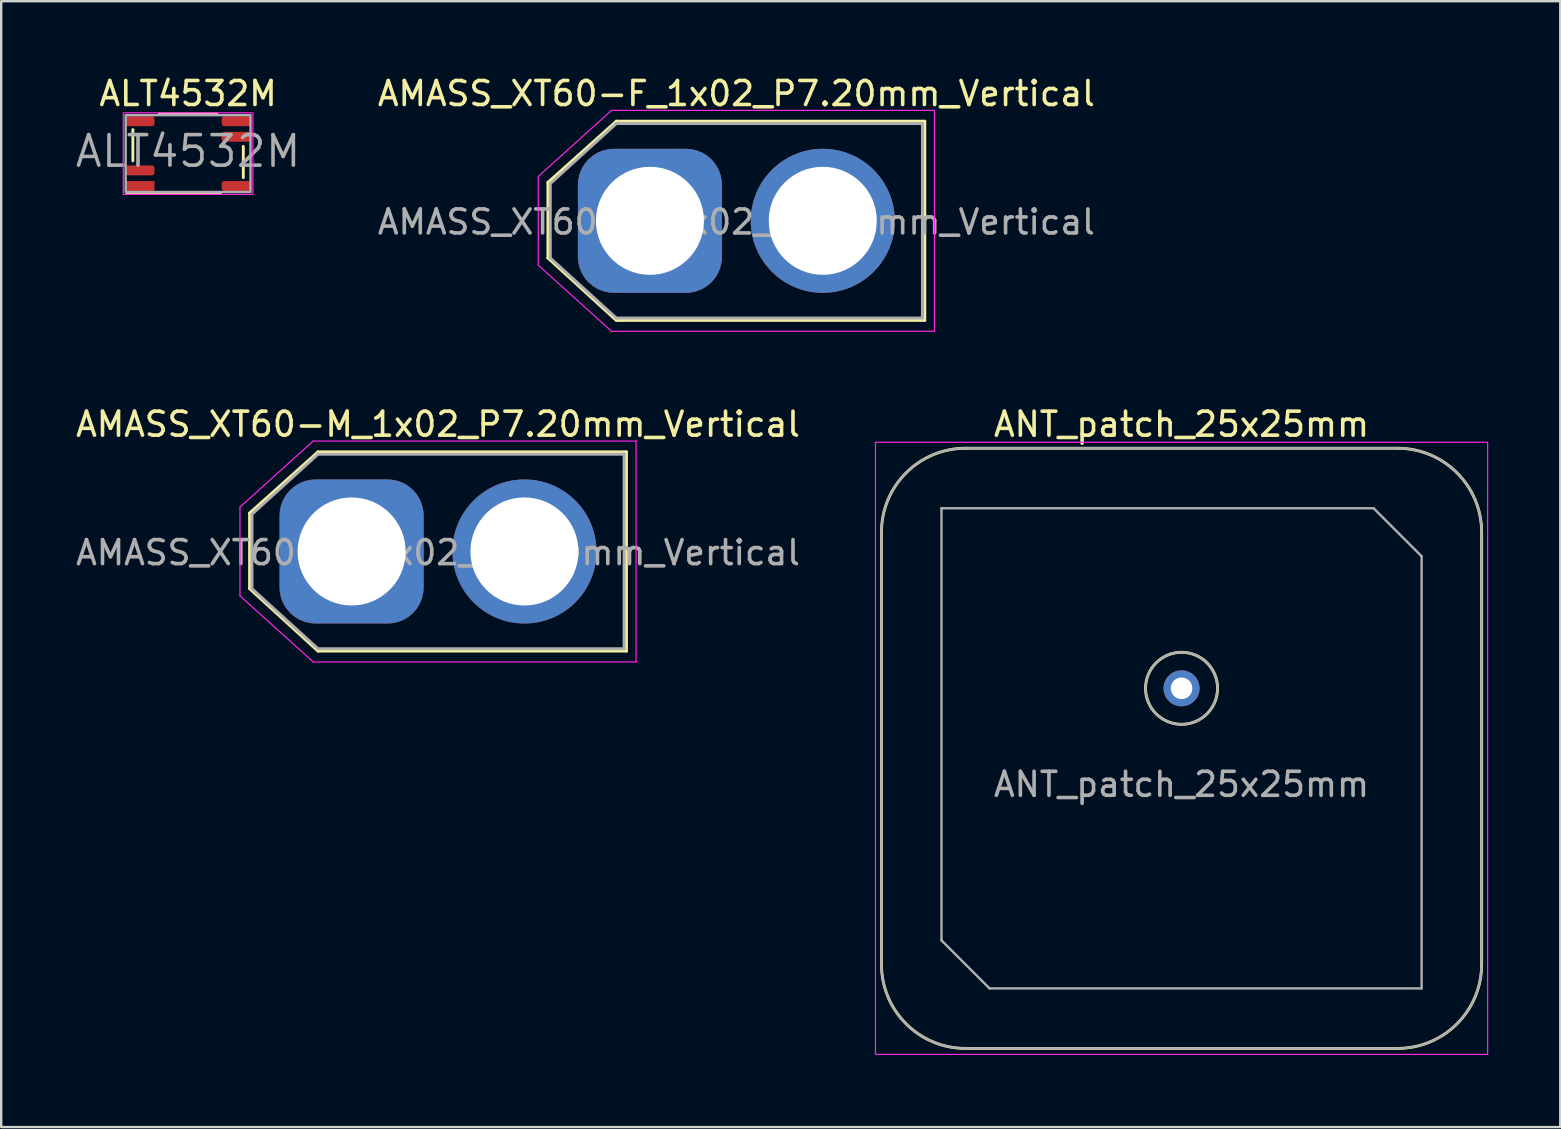
<source format=kicad_pcb>
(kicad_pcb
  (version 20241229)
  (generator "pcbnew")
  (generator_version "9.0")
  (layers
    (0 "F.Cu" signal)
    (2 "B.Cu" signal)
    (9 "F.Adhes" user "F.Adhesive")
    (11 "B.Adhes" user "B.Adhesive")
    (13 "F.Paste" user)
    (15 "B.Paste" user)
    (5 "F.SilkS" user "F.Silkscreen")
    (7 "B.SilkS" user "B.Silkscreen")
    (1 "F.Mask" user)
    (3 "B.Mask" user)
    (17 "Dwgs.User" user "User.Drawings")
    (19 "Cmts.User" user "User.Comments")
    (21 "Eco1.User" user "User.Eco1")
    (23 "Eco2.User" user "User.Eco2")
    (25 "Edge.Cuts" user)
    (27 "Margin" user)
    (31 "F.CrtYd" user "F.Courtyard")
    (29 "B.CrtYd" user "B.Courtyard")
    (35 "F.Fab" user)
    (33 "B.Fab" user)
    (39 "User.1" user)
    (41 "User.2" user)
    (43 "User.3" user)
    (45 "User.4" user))
  (footprint "ALT4532M"
    (layer "F.Cu")
    (at 4.785 3.348)
    (property "Reference" "ALT4532M" (at 0 -2.5 0) (unlocked yes) (layer "F.SilkS") (effects (font (size 1 1) (thickness 0.15))))
    (attr smd)
    (fp_line (start -2.55 1.65) (end 1.35 1.65) (stroke (width 0.12) (type solid)) (layer "F.SilkS"))
    (fp_line (start -2.3 0.3) (end -2.3 -1) (stroke (width 0.12) (type solid)) (layer "F.SilkS"))
    (fp_line (start -1.2 -1.65) (end 1.2 -1.65) (stroke (width 0.12) (type solid)) (layer "F.SilkS"))
    (fp_line (start 2.3 -0.3) (end 2.3 1) (stroke (width 0.12) (type solid)) (layer "F.SilkS"))
    (fp_rect (start -2.7 -1.7) (end 2.7 1.7) (stroke (width 0.05) (type solid)) (fill no) (layer "F.CrtYd"))
    (fp_rect (start -2.6 -1.6) (end 2.6 1.6) (stroke (width 0.1) (type default)) (fill no) (layer "F.Fab"))
    (fp_text user "${REFERENCE}" (at 0 -0.1 0) (unlocked yes) (layer "F.Fab") (effects (font (size 1.27 1.27) (thickness 0.15))))
    (pad "1" smd rect (at -2 1.35) (size 1.2 0.41) (layers "F.Cu" "F.Mask" "F.Paste"))
    (pad "2" smd roundrect (at -2 0.7) (size 1.2 0.41) (layers "F.Cu" "F.Mask" "F.Paste") (roundrect_rratio 0.25))
    (pad "3" smd roundrect (at -2 -1.35) (size 1.2 0.41) (layers "F.Cu" "F.Mask" "F.Paste") (roundrect_rratio 0.25))
    (pad "4" smd roundrect (at 2 -1.35) (size 1.2 0.41) (layers "F.Cu" "F.Mask" "F.Paste") (roundrect_rratio 0.25))
    (pad "5" smd roundrect (at 2 -0.7) (size 1.2 0.41) (layers "F.Cu" "F.Mask" "F.Paste") (roundrect_rratio 0.25))
    (pad "6" smd roundrect (at 2 1.35) (size 1.2 0.41) (layers "F.Cu" "F.Mask" "F.Paste") (roundrect_rratio 0.25)))
  (footprint "ANT_patch_25x25mm"
    (layer "F.Cu")
    (at 46.168 28.122)
    (property "Reference" "ANT_patch_25x25mm" (at 0 -13.5 0) (unlocked yes) (layer "F.SilkS") (effects (font (size 1 1) (thickness 0.15))))
    (attr through_hole)
    (fp_line (start -12.5 -9) (end -12.5 9) (stroke (width 0.12) (type solid)) (layer "F.SilkS"))
    (fp_line (start -9 12.5) (end 9 12.5) (stroke (width 0.12) (type solid)) (layer "F.SilkS"))
    (fp_line (start 9 -12.5) (end -9 -12.5) (stroke (width 0.12) (type solid)) (layer "F.SilkS"))
    (fp_line (start 12.5 9) (end 12.5 -9) (stroke (width 0.12) (type solid)) (layer "F.SilkS"))
    (fp_arc (start -12.5 -9) (mid -11.474874 -11.474874) (end -9 -12.5) (stroke (width 0.12) (type solid)) (layer "F.SilkS"))
    (fp_arc (start -9 12.5) (mid -11.474874 11.474874) (end -12.5 9) (stroke (width 0.12) (type solid)) (layer "F.SilkS"))
    (fp_arc (start 9 -12.5) (mid 11.474874 -11.474874) (end 12.5 -9) (stroke (width 0.12) (type solid)) (layer "F.SilkS"))
    (fp_arc (start 12.5 9) (mid 11.474874 11.474874) (end 9 12.5) (stroke (width 0.12) (type solid)) (layer "F.SilkS"))
    (fp_circle (center 0 -2.5) (end 1.5 -2.5) (stroke (width 0.12) (type solid)) (fill no) (layer "F.SilkS"))
    (fp_rect (start -12.75 -12.75) (end 12.75 12.75) (stroke (width 0.05) (type solid)) (fill no) (layer "F.CrtYd"))
    (fp_line (start -12.5 9) (end -12.5 -9) (stroke (width 0.1) (type solid)) (layer "F.Fab"))
    (fp_line (start -10 -10) (end -10 8) (stroke (width 0.1) (type solid)) (layer "F.Fab"))
    (fp_line (start -10 8) (end -8 10) (stroke (width 0.1) (type solid)) (layer "F.Fab"))
    (fp_line (start -9 -12.5) (end 9 -12.5) (stroke (width 0.1) (type solid)) (layer "F.Fab"))
    (fp_line (start -8 10) (end 10 10) (stroke (width 0.1) (type solid)) (layer "F.Fab"))
    (fp_line (start 8 -10) (end -10 -10) (stroke (width 0.1) (type solid)) (layer "F.Fab"))
    (fp_line (start 8 -10) (end 10 -8) (stroke (width 0.1) (type solid)) (layer "F.Fab"))
    (fp_line (start 9 12.5) (end -9 12.5) (stroke (width 0.1) (type solid)) (layer "F.Fab"))
    (fp_line (start 10 10) (end 10 -8) (stroke (width 0.1) (type solid)) (layer "F.Fab"))
    (fp_line (start 12.5 -9) (end 12.5 9) (stroke (width 0.1) (type solid)) (layer "F.Fab"))
    (fp_arc (start -12.500001 -9) (mid -11.474875 -11.474875) (end -9.000001 -12.5) (stroke (width 0.1) (type solid)) (layer "F.Fab"))
    (fp_arc (start -9 12.5) (mid -11.474874 11.474874) (end -12.5 9) (stroke (width 0.1) (type solid)) (layer "F.Fab"))
    (fp_arc (start 8.999999 -12.5) (mid 11.474873 -11.474874) (end 12.499999 -9) (stroke (width 0.1) (type solid)) (layer "F.Fab"))
    (fp_arc (start 12.5 9) (mid 11.474874 11.474874) (end 9 12.5) (stroke (width 0.1) (type solid)) (layer "F.Fab"))
    (fp_circle (center 0 -2.5) (end 1.5 -2.5) (stroke (width 0.1) (type solid)) (fill no) (layer "F.Fab"))
    (fp_text user "${REFERENCE}" (at 0 1.5 0) (unlocked yes) (layer "F.Fab") (effects (font (size 1 1) (thickness 0.15))))
    (pad "1" thru_hole circle (at 0 -2.5) (size 1.5 1.5) (drill 0.9) (layers "*.Cu" "*.Mask")))
  (footprint "AMASS_XT60-F_1x02_P7.20mm_Vertical"
    (layer "F.Cu")
    (at 24.023 6.148)
    (property "Reference" "AMASS_XT60-F_1x02_P7.20mm_Vertical" (at 3.6 -5.3 180) (layer "F.SilkS") (effects (font (size 1 1) (thickness 0.15))))
    (attr through_hole)
    (fp_line (start -4.25 -1.6) (end -4.25 1.55) (stroke (width 0.12) (type solid)) (layer "F.SilkS"))
    (fp_line (start -4.25 1.55) (end -1.4 4.15) (stroke (width 0.12) (type solid)) (layer "F.SilkS"))
    (fp_line (start -1.4 -4.15) (end -4.25 -1.6) (stroke (width 0.12) (type solid)) (layer "F.SilkS"))
    (fp_line (start -1.4 4.15) (end 11.45 4.15) (stroke (width 0.12) (type solid)) (layer "F.SilkS"))
    (fp_line (start 11.45 -4.15) (end -1.4 -4.15) (stroke (width 0.12) (type solid)) (layer "F.SilkS"))
    (fp_line (start 11.45 4.15) (end 11.45 -4.15) (stroke (width 0.12) (type solid)) (layer "F.SilkS"))
    (fp_line (start -4.65 -1.85) (end -1.6 -4.6) (stroke (width 0.05) (type solid)) (layer "F.CrtYd"))
    (fp_line (start -4.65 1.85) (end -4.65 -1.85) (stroke (width 0.05) (type solid)) (layer "F.CrtYd"))
    (fp_line (start -1.6 -4.6) (end 11.85 -4.6) (stroke (width 0.05) (type solid)) (layer "F.CrtYd"))
    (fp_line (start -1.6 4.6) (end -4.65 1.85) (stroke (width 0.05) (type solid)) (layer "F.CrtYd"))
    (fp_line (start 11.85 -4.6) (end 11.85 4.6) (stroke (width 0.05) (type solid)) (layer "F.CrtYd"))
    (fp_line (start 11.85 4.6) (end -1.6 4.6) (stroke (width 0.05) (type solid)) (layer "F.CrtYd"))
    (fp_line (start -4.15 -1.55) (end -4.15 1.55) (stroke (width 0.12) (type solid)) (layer "F.Fab"))
    (fp_line (start -4.15 1.55) (end -1.4 4.05) (stroke (width 0.12) (type solid)) (layer "F.Fab"))
    (fp_line (start -1.4 -4.05) (end -4.15 -1.55) (stroke (width 0.12) (type solid)) (layer "F.Fab"))
    (fp_line (start -1.4 4.05) (end 11.35 4.05) (stroke (width 0.12) (type solid)) (layer "F.Fab"))
    (fp_line (start 11.35 -4.05) (end -1.4 -4.05) (stroke (width 0.12) (type solid)) (layer "F.Fab"))
    (fp_line (start 11.35 4.05) (end 11.35 -4.05) (stroke (width 0.12) (type solid)) (layer "F.Fab"))
    (fp_text user "${REFERENCE}" (at 3.6 0.05 0) (layer "F.Fab") (effects (font (size 1 1) (thickness 0.15))))
    (pad "1" thru_hole roundrect (at 0 0) (size 6 6) (drill 4.5) (layers "*.Cu" "*.Mask") (roundrect_rratio 0.25))
    (pad "2" thru_hole circle (at 7.2 0) (size 6 6) (drill 4.5) (layers "*.Cu" "*.Mask")))
  (footprint "AMASS_XT60-M_1x02_P7.20mm_Vertical"
    (layer "F.Cu")
    (at 11.596 19.922)
    (property "Reference" "AMASS_XT60-M_1x02_P7.20mm_Vertical" (at 3.6 -5.3 180) (layer "F.SilkS") (effects (font (size 1 1) (thickness 0.15))))
    (attr through_hole)
    (fp_line (start -4.25 -1.6) (end -4.25 1.55) (stroke (width 0.12) (type solid)) (layer "F.SilkS"))
    (fp_line (start -4.25 1.55) (end -1.4 4.15) (stroke (width 0.12) (type solid)) (layer "F.SilkS"))
    (fp_line (start -1.4 -4.15) (end -4.25 -1.6) (stroke (width 0.12) (type solid)) (layer "F.SilkS"))
    (fp_line (start -1.4 4.15) (end 11.45 4.15) (stroke (width 0.12) (type solid)) (layer "F.SilkS"))
    (fp_line (start 11.45 -4.15) (end -1.4 -4.15) (stroke (width 0.12) (type solid)) (layer "F.SilkS"))
    (fp_line (start 11.45 4.15) (end 11.45 -4.15) (stroke (width 0.12) (type solid)) (layer "F.SilkS"))
    (fp_line (start -4.65 -1.85) (end -1.6 -4.6) (stroke (width 0.05) (type solid)) (layer "F.CrtYd"))
    (fp_line (start -4.65 1.85) (end -4.65 -1.85) (stroke (width 0.05) (type solid)) (layer "F.CrtYd"))
    (fp_line (start -1.6 -4.6) (end 11.85 -4.6) (stroke (width 0.05) (type solid)) (layer "F.CrtYd"))
    (fp_line (start -1.6 4.6) (end -4.65 1.85) (stroke (width 0.05) (type solid)) (layer "F.CrtYd"))
    (fp_line (start 11.85 -4.6) (end 11.85 4.6) (stroke (width 0.05) (type solid)) (layer "F.CrtYd"))
    (fp_line (start 11.85 4.6) (end -1.6 4.6) (stroke (width 0.05) (type solid)) (layer "F.CrtYd"))
    (fp_line (start -4.15 -1.55) (end -4.15 1.55) (stroke (width 0.12) (type solid)) (layer "F.Fab"))
    (fp_line (start -4.15 1.55) (end -1.4 4.05) (stroke (width 0.12) (type solid)) (layer "F.Fab"))
    (fp_line (start -1.4 -4.05) (end -4.15 -1.55) (stroke (width 0.12) (type solid)) (layer "F.Fab"))
    (fp_line (start -1.4 4.05) (end 11.35 4.05) (stroke (width 0.12) (type solid)) (layer "F.Fab"))
    (fp_line (start 11.35 -4.05) (end -1.4 -4.05) (stroke (width 0.12) (type solid)) (layer "F.Fab"))
    (fp_line (start 11.35 4.05) (end 11.35 -4.05) (stroke (width 0.12) (type solid)) (layer "F.Fab"))
    (fp_text user "${REFERENCE}" (at 3.6 0.05 0) (layer "F.Fab") (effects (font (size 1 1) (thickness 0.15))))
    (pad "1" thru_hole roundrect (at 0 0) (size 6 6) (drill 4.5) (layers "*.Cu" "*.Mask") (roundrect_rratio 0.25))
    (pad "2" thru_hole circle (at 7.2 0) (size 6 6) (drill 4.5) (layers "*.Cu" "*.Mask")))
  (gr_rect
    (start -3 -3)
    (end 61.943 43.897)
    (stroke (width 0.1) (type default))
    (fill no)
    (layer "Edge.Cuts")))
</source>
